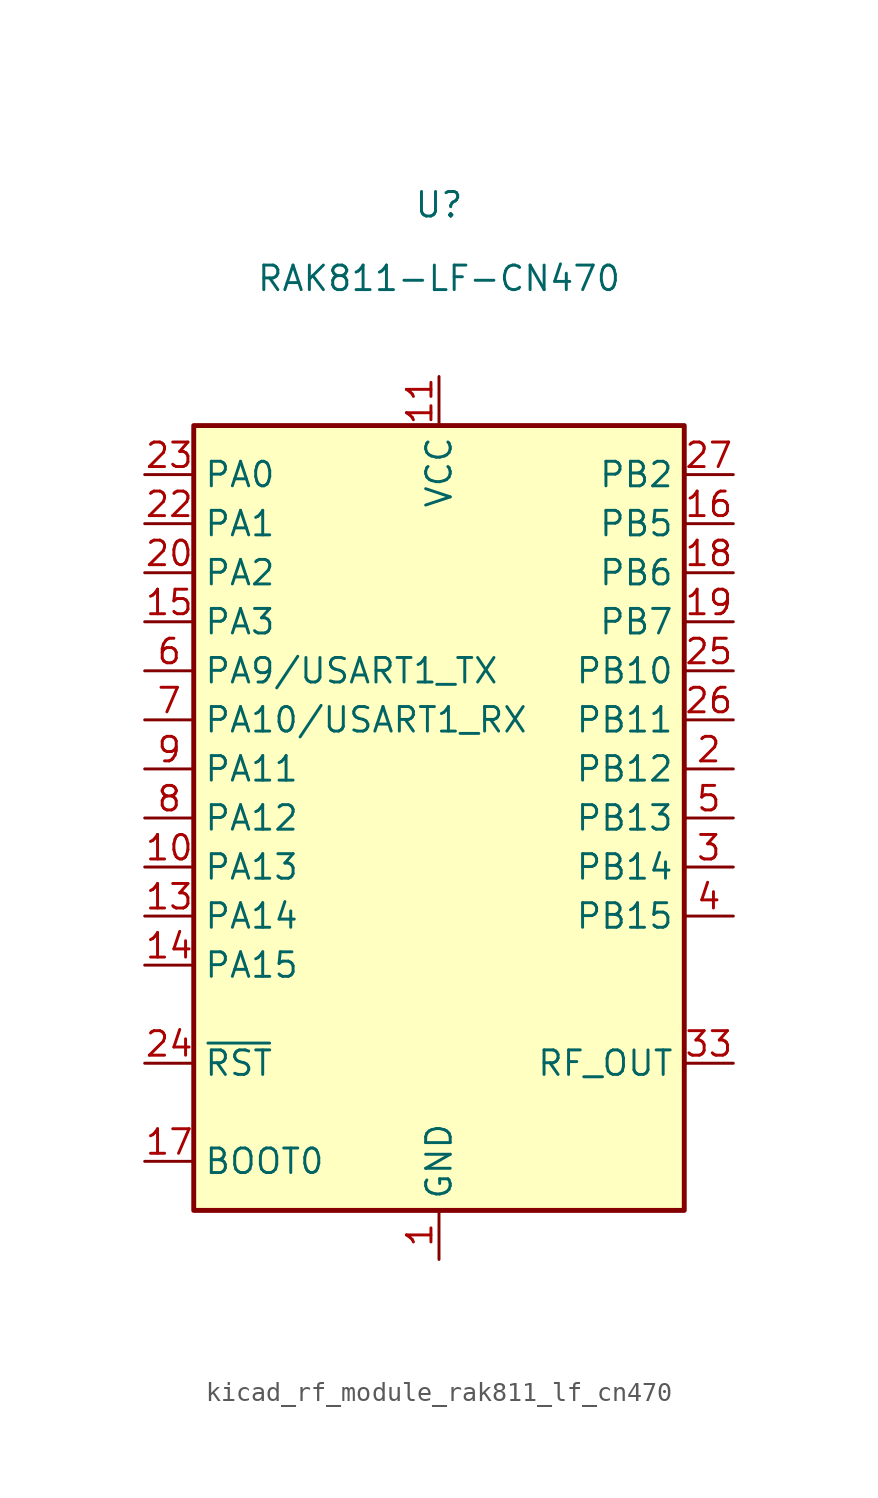
<source format=kicad_sym>
(kicad_symbol_lib
  (version 20220914)
  (generator kicad_symbol_editor)
  (symbol "kicad_rf_module_rak811_lf_cn470"
    (property "Reference" "U"
      (at 0 31.75 0)
      (effects (font (size 1.27 1.27))))
    (property "Value" "RAK811-LF-CN470"
      (at 0 27.94 0)
      (effects (font (size 1.27 1.27))))
    (symbol "kicad_rf_module_rak811_lf_cn470_0_0"
      (pin power_in line (at 0 -22.86 90) (length 2.54) (name "GND" (effects (font (size 1.27 1.27)))) (number "1" (effects (font (size 1.27 1.27)))))
      (pin bidirectional line (at -15.24 -2.54 0) (length 2.54) (name "PA13" (effects (font (size 1.27 1.27)))) (number "10" (effects (font (size 1.27 1.27)))))
      (pin power_in line (at 0 22.86 270) (length 2.54) (name "VCC" (effects (font (size 1.27 1.27)))) (number "11" (effects (font (size 1.27 1.27)))))
      (pin passive line (at 0 -22.86 90) (length 2.54) hide (name "GND" (effects (font (size 1.27 1.27)))) (number "12" (effects (font (size 1.27 1.27)))))
      (pin bidirectional line (at -15.24 -5.08 0) (length 2.54) (name "PA14" (effects (font (size 1.27 1.27)))) (number "13" (effects (font (size 1.27 1.27)))))
      (pin bidirectional line (at -15.24 -7.62 0) (length 2.54) (name "PA15" (effects (font (size 1.27 1.27)))) (number "14" (effects (font (size 1.27 1.27)))))
      (pin bidirectional line (at -15.24 10.16 0) (length 2.54) (name "PA3" (effects (font (size 1.27 1.27)))) (number "15" (effects (font (size 1.27 1.27)))))
      (pin bidirectional line (at 15.24 15.24 180) (length 2.54) (name "PB5" (effects (font (size 1.27 1.27)))) (number "16" (effects (font (size 1.27 1.27)))))
      (pin input line (at -15.24 -17.78 0) (length 2.54) (name "BOOT0" (effects (font (size 1.27 1.27)))) (number "17" (effects (font (size 1.27 1.27)))))
      (pin bidirectional line (at 15.24 12.7 180) (length 2.54) (name "PB6" (effects (font (size 1.27 1.27)))) (number "18" (effects (font (size 1.27 1.27)))))
      (pin bidirectional line (at 15.24 10.16 180) (length 2.54) (name "PB7" (effects (font (size 1.27 1.27)))) (number "19" (effects (font (size 1.27 1.27)))))
      (pin bidirectional line (at 15.24 2.54 180) (length 2.54) (name "PB12" (effects (font (size 1.27 1.27)))) (number "2" (effects (font (size 1.27 1.27)))))
      (pin bidirectional line (at -15.24 12.7 0) (length 2.54) (name "PA2" (effects (font (size 1.27 1.27)))) (number "20" (effects (font (size 1.27 1.27)))))
      (pin passive line (at 0 -22.86 90) (length 2.54) hide (name "GND" (effects (font (size 1.27 1.27)))) (number "21" (effects (font (size 1.27 1.27)))))
      (pin bidirectional line (at -15.24 15.24 0) (length 2.54) (name "PA1" (effects (font (size 1.27 1.27)))) (number "22" (effects (font (size 1.27 1.27)))))
      (pin bidirectional line (at -15.24 17.78 0) (length 2.54) (name "PA0" (effects (font (size 1.27 1.27)))) (number "23" (effects (font (size 1.27 1.27)))))
      (pin input line (at -15.24 -12.7 0) (length 2.54) (name "~{RST}" (effects (font (size 1.27 1.27)))) (number "24" (effects (font (size 1.27 1.27)))))
      (pin bidirectional line (at 15.24 7.62 180) (length 2.54) (name "PB10" (effects (font (size 1.27 1.27)))) (number "25" (effects (font (size 1.27 1.27)))))
      (pin bidirectional line (at 15.24 5.08 180) (length 2.54) (name "PB11" (effects (font (size 1.27 1.27)))) (number "26" (effects (font (size 1.27 1.27)))))
      (pin bidirectional line (at 15.24 17.78 180) (length 2.54) (name "PB2" (effects (font (size 1.27 1.27)))) (number "27" (effects (font (size 1.27 1.27)))))
      (pin passive line (at 0 -22.86 90) (length 2.54) hide (name "GND" (effects (font (size 1.27 1.27)))) (number "28" (effects (font (size 1.27 1.27)))))
      (pin passive line (at 0 -22.86 90) (length 2.54) hide (name "GND" (effects (font (size 1.27 1.27)))) (number "29" (effects (font (size 1.27 1.27)))))
      (pin bidirectional line (at 15.24 -2.54 180) (length 2.54) (name "PB14" (effects (font (size 1.27 1.27)))) (number "3" (effects (font (size 1.27 1.27)))))
      (pin passive line (at 0 -22.86 90) (length 2.54) hide (name "GND" (effects (font (size 1.27 1.27)))) (number "30" (effects (font (size 1.27 1.27)))))
      (pin passive line (at 0 -22.86 90) (length 2.54) hide (name "GND" (effects (font (size 1.27 1.27)))) (number "31" (effects (font (size 1.27 1.27)))))
      (pin passive line (at 0 -22.86 90) (length 2.54) hide (name "GND" (effects (font (size 1.27 1.27)))) (number "32" (effects (font (size 1.27 1.27)))))
      (pin passive line (at 15.24 -12.7 180) (length 2.54) (name "RF_OUT" (effects (font (size 1.27 1.27)))) (number "33" (effects (font (size 1.27 1.27)))))
      (pin passive line (at 0 -22.86 90) (length 2.54) hide (name "GND" (effects (font (size 1.27 1.27)))) (number "34" (effects (font (size 1.27 1.27)))))
      (pin bidirectional line (at 15.24 -5.08 180) (length 2.54) (name "PB15" (effects (font (size 1.27 1.27)))) (number "4" (effects (font (size 1.27 1.27)))))
      (pin bidirectional line (at 15.24 0 180) (length 2.54) (name "PB13" (effects (font (size 1.27 1.27)))) (number "5" (effects (font (size 1.27 1.27)))))
      (pin bidirectional line (at -15.24 7.62 0) (length 2.54) (name "PA9/USART1_TX" (effects (font (size 1.27 1.27)))) (number "6" (effects (font (size 1.27 1.27)))))
      (pin bidirectional line (at -15.24 5.08 0) (length 2.54) (name "PA10/USART1_RX" (effects (font (size 1.27 1.27)))) (number "7" (effects (font (size 1.27 1.27)))))
      (pin bidirectional line (at -15.24 0 0) (length 2.54) (name "PA12" (effects (font (size 1.27 1.27)))) (number "8" (effects (font (size 1.27 1.27)))))
      (pin bidirectional line (at -15.24 2.54 0) (length 2.54) (name "PA11" (effects (font (size 1.27 1.27)))) (number "9" (effects (font (size 1.27 1.27))))))
    (symbol "kicad_rf_module_rak811_lf_cn470_0_1"
      (rectangle (start 12.7 -20.32) (end -12.7 20.32) (stroke (width 0.254) (type default)) (fill (type background))))))
</source>
